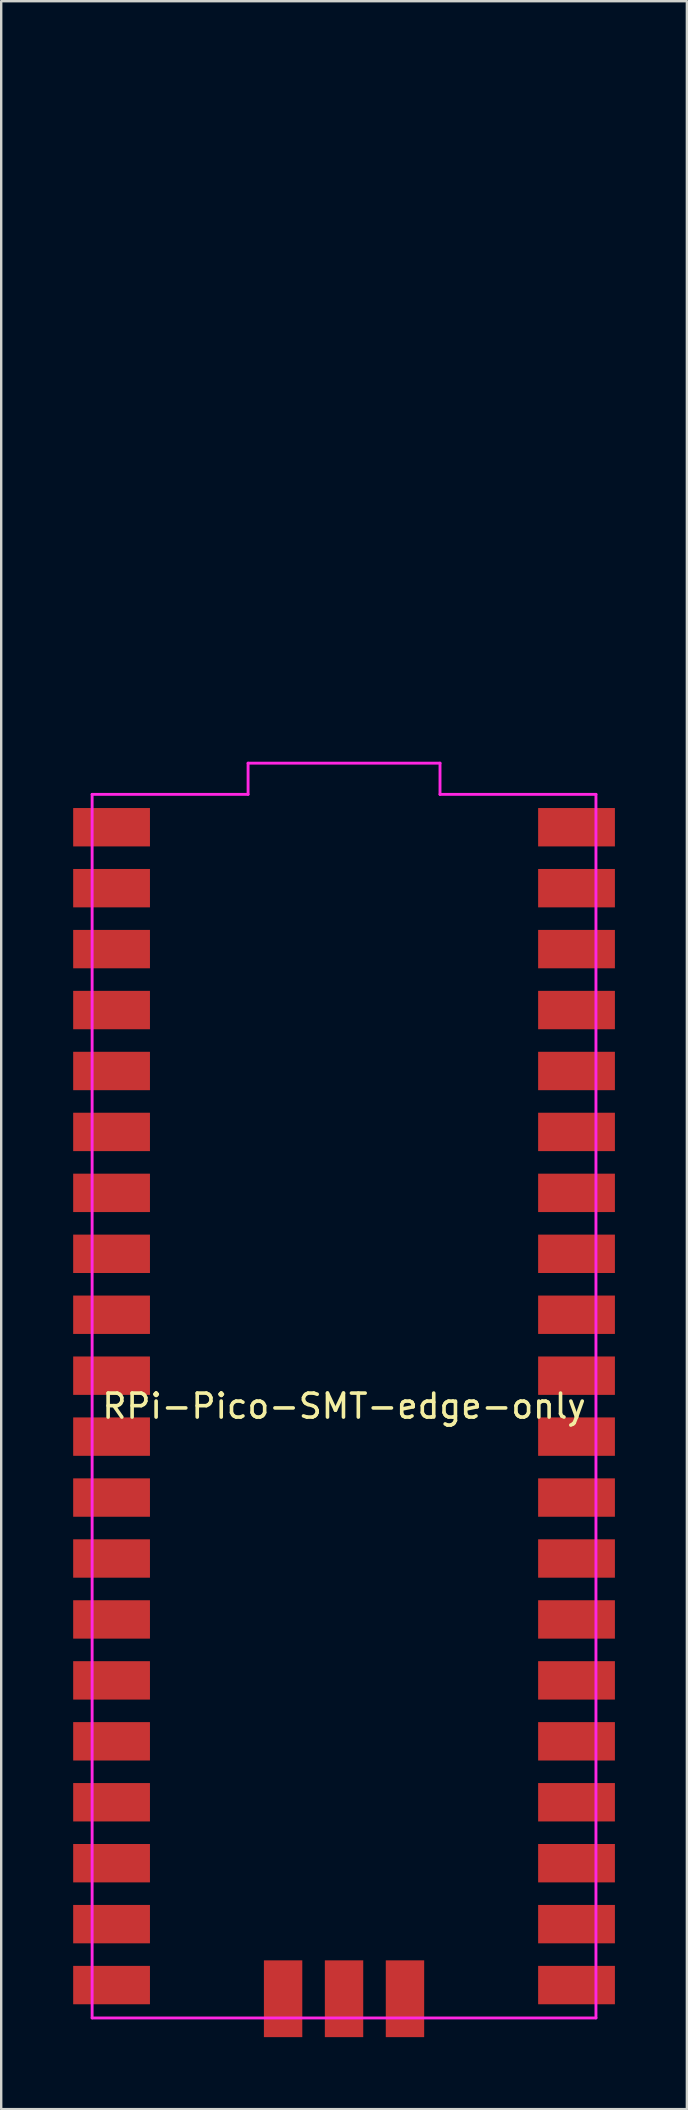
<source format=kicad_pcb>
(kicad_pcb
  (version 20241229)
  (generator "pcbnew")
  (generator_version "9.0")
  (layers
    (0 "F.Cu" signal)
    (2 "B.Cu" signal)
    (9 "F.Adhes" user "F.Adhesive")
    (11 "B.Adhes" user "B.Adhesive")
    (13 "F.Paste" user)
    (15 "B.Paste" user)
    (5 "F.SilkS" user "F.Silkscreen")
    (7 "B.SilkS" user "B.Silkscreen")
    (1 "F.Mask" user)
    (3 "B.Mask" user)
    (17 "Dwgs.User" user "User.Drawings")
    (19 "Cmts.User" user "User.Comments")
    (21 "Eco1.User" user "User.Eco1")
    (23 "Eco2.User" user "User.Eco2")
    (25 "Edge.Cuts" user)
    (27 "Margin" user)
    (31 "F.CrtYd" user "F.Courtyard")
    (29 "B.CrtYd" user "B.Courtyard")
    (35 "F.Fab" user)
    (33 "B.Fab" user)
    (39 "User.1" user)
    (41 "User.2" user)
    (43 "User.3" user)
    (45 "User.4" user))
  (footprint "RPi-Pico-SMT-edge-only"
    (layer "F.Cu")
    (at 0.79 81.06)
    (property "Reference" "RPi-Pico-SMT-edge-only" (at 10.5 -25.5 0) (layer "F.SilkS") (effects (font (size 1 1) (thickness 0.15))))
    (attr smd)
    (fp_line (start 3 -81) (end 18 -81) (stroke (width 0.12) (type solid)) (layer "Eco1.User"))
    (fp_line (start 3 -51) (end 3 -81) (stroke (width 0.12) (type solid)) (layer "Eco1.User"))
    (fp_line (start 18 -81) (end 18 -51) (stroke (width 0.12) (type solid)) (layer "Eco1.User"))
    (fp_line (start 0 -51) (end 0 0) (stroke (width 0.12) (type solid)) (layer "F.CrtYd"))
    (fp_line (start 0 0) (end 21 0) (stroke (width 0.12) (type solid)) (layer "F.CrtYd"))
    (fp_line (start 6.5 -52.3) (end 6.5 -51) (stroke (width 0.12) (type solid)) (layer "F.CrtYd"))
    (fp_line (start 6.5 -51) (end 0 -51) (stroke (width 0.12) (type solid)) (layer "F.CrtYd"))
    (fp_line (start 14.5 -52.3) (end 6.5 -52.3) (stroke (width 0.12) (type solid)) (layer "F.CrtYd"))
    (fp_line (start 14.5 -51) (end 14.5 -52.3) (stroke (width 0.12) (type solid)) (layer "F.CrtYd"))
    (fp_line (start 21 -51) (end 14.5 -51) (stroke (width 0.12) (type solid)) (layer "F.CrtYd"))
    (fp_line (start 21 0) (end 21 -51) (stroke (width 0.12) (type solid)) (layer "F.CrtYd"))
    (pad "1" smd rect (at 0.81 -49.63) (size 3.2 1.6) (layers "F.Cu" "F.Mask" "F.Paste"))
    (pad "2" smd rect (at 0.81 -47.09) (size 3.2 1.6) (layers "F.Cu" "F.Mask" "F.Paste"))
    (pad "3" smd rect (at 0.81 -44.55) (size 3.2 1.6) (layers "F.Cu" "F.Mask" "F.Paste"))
    (pad "4" smd rect (at 0.81 -42.01) (size 3.2 1.6) (layers "F.Cu" "F.Mask" "F.Paste"))
    (pad "5" smd rect (at 0.81 -39.47) (size 3.2 1.6) (layers "F.Cu" "F.Mask" "F.Paste"))
    (pad "6" smd rect (at 0.81 -36.93) (size 3.2 1.6) (layers "F.Cu" "F.Mask" "F.Paste"))
    (pad "7" smd rect (at 0.81 -34.39) (size 3.2 1.6) (layers "F.Cu" "F.Mask" "F.Paste"))
    (pad "8" smd rect (at 0.81 -31.85) (size 3.2 1.6) (layers "F.Cu" "F.Mask" "F.Paste"))
    (pad "9" smd rect (at 0.81 -29.31) (size 3.2 1.6) (layers "F.Cu" "F.Mask" "F.Paste"))
    (pad "10" smd rect (at 0.81 -26.77) (size 3.2 1.6) (layers "F.Cu" "F.Mask" "F.Paste"))
    (pad "11" smd rect (at 0.81 -24.23) (size 3.2 1.6) (layers "F.Cu" "F.Mask" "F.Paste"))
    (pad "12" smd rect (at 0.81 -21.69) (size 3.2 1.6) (layers "F.Cu" "F.Mask" "F.Paste"))
    (pad "13" smd rect (at 0.81 -19.15) (size 3.2 1.6) (layers "F.Cu" "F.Mask" "F.Paste"))
    (pad "14" smd rect (at 0.81 -16.61) (size 3.2 1.6) (layers "F.Cu" "F.Mask" "F.Paste"))
    (pad "15" smd rect (at 0.81 -14.07) (size 3.2 1.6) (layers "F.Cu" "F.Mask" "F.Paste"))
    (pad "16" smd rect (at 0.81 -11.53) (size 3.2 1.6) (layers "F.Cu" "F.Mask" "F.Paste"))
    (pad "17" smd rect (at 0.81 -8.99) (size 3.2 1.6) (layers "F.Cu" "F.Mask" "F.Paste"))
    (pad "18" smd rect (at 0.81 -6.45) (size 3.2 1.6) (layers "F.Cu" "F.Mask" "F.Paste"))
    (pad "19" smd rect (at 0.81 -3.91) (size 3.2 1.6) (layers "F.Cu" "F.Mask" "F.Paste"))
    (pad "20" smd rect (at 0.81 -1.37) (size 3.2 1.6) (layers "F.Cu" "F.Mask" "F.Paste"))
    (pad "21" smd rect (at 20.19 -1.37) (size 3.2 1.6) (layers "F.Cu" "F.Mask" "F.Paste"))
    (pad "22" smd rect (at 20.19 -3.91) (size 3.2 1.6) (layers "F.Cu" "F.Mask" "F.Paste"))
    (pad "23" smd rect (at 20.19 -6.45) (size 3.2 1.6) (layers "F.Cu" "F.Mask" "F.Paste"))
    (pad "24" smd rect (at 20.19 -8.99) (size 3.2 1.6) (layers "F.Cu" "F.Mask" "F.Paste"))
    (pad "25" smd rect (at 20.19 -11.53) (size 3.2 1.6) (layers "F.Cu" "F.Mask" "F.Paste"))
    (pad "26" smd rect (at 20.19 -14.07) (size 3.2 1.6) (layers "F.Cu" "F.Mask" "F.Paste"))
    (pad "27" smd rect (at 20.19 -16.61) (size 3.2 1.6) (layers "F.Cu" "F.Mask" "F.Paste"))
    (pad "28" smd rect (at 20.19 -19.15) (size 3.2 1.6) (layers "F.Cu" "F.Mask" "F.Paste"))
    (pad "29" smd rect (at 20.19 -21.69) (size 3.2 1.6) (layers "F.Cu" "F.Mask" "F.Paste"))
    (pad "30" smd rect (at 20.19 -24.23) (size 3.2 1.6) (layers "F.Cu" "F.Mask" "F.Paste"))
    (pad "31" smd rect (at 20.19 -26.77) (size 3.2 1.6) (layers "F.Cu" "F.Mask" "F.Paste"))
    (pad "32" smd rect (at 20.19 -29.31) (size 3.2 1.6) (layers "F.Cu" "F.Mask" "F.Paste"))
    (pad "33" smd rect (at 20.19 -31.85) (size 3.2 1.6) (layers "F.Cu" "F.Mask" "F.Paste"))
    (pad "34" smd rect (at 20.19 -34.39) (size 3.2 1.6) (layers "F.Cu" "F.Mask" "F.Paste"))
    (pad "35" smd rect (at 20.19 -36.93) (size 3.2 1.6) (layers "F.Cu" "F.Mask" "F.Paste"))
    (pad "36" smd rect (at 20.19 -39.47) (size 3.2 1.6) (layers "F.Cu" "F.Mask" "F.Paste"))
    (pad "37" smd rect (at 20.19 -42.01) (size 3.2 1.6) (layers "F.Cu" "F.Mask" "F.Paste"))
    (pad "38" smd rect (at 20.19 -44.55) (size 3.2 1.6) (layers "F.Cu" "F.Mask" "F.Paste"))
    (pad "39" smd rect (at 20.19 -47.09) (size 3.2 1.6) (layers "F.Cu" "F.Mask" "F.Paste"))
    (pad "40" smd rect (at 20.19 -49.63) (size 3.2 1.6) (layers "F.Cu" "F.Mask" "F.Paste"))
    (pad "D1" smd rect (at 7.96 -0.8) (size 1.6 3.2) (layers "F.Cu" "F.Mask" "F.Paste"))
    (pad "D2" smd rect (at 10.5 -0.8) (size 1.6 3.2) (layers "F.Cu" "F.Mask" "F.Paste"))
    (pad "D3" smd rect (at 13.04 -0.8) (size 1.6 3.2) (layers "F.Cu" "F.Mask" "F.Paste")))
  (gr_rect
    (start -3 -3)
    (end 25.58 84.86)
    (stroke (width 0.1) (type default))
    (fill no)
    (layer "Edge.Cuts")))
</source>
